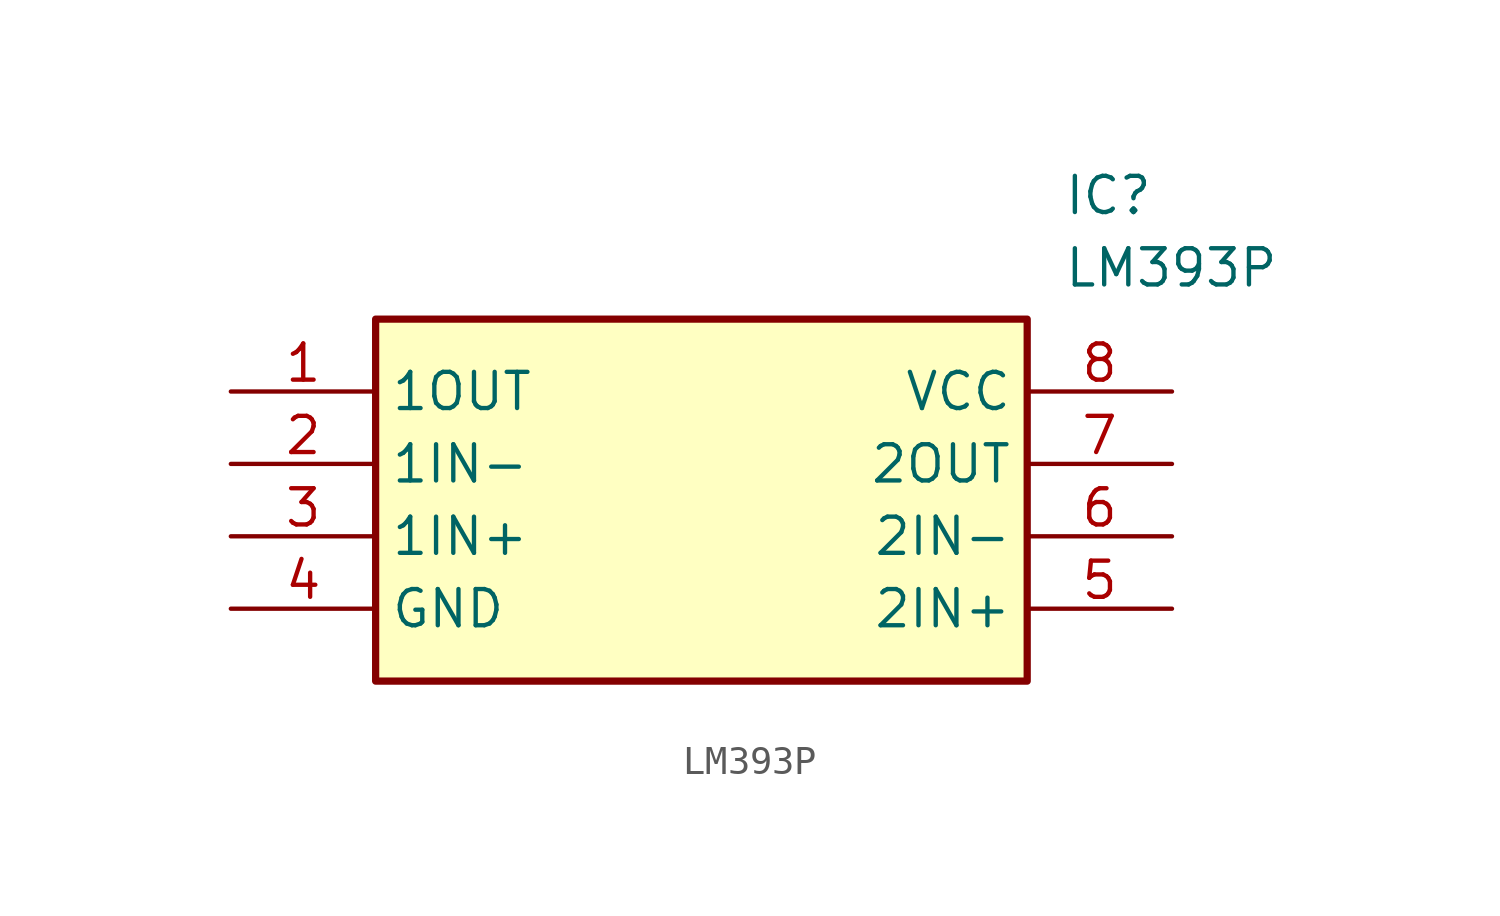
<source format=kicad_sym>
(kicad_symbol_lib
  (version 20211014)
  (generator SamacSys_ECAD_Model)
  (symbol "LM393P"
    (property "Reference" "IC"
      (at 29.21 7.62 0)
      (effects (font (size 1.27 1.27)) (justify left top)))
    (property "Value" "LM393P"
      (at 29.21 5.08 0)
      (effects (font (size 1.27 1.27)) (justify left top)))
    (rectangle
      (start 5.08 2.54)
      (end 27.94 -10.16)
      (stroke (width 0.254) (type default))
      (fill (type background)))
    (pin passive line
      (at 0 0 0)
      (length 5.08)
      (name "1OUT" (effects (font (size 1.27 1.27))))
      (number "1" (effects (font (size 1.27 1.27)))))
    (pin passive line
      (at 0 -2.54 0)
      (length 5.08)
      (name "1IN-" (effects (font (size 1.27 1.27))))
      (number "2" (effects (font (size 1.27 1.27)))))
    (pin passive line
      (at 0 -5.08 0)
      (length 5.08)
      (name "1IN+" (effects (font (size 1.27 1.27))))
      (number "3" (effects (font (size 1.27 1.27)))))
    (pin passive line
      (at 0 -7.62 0)
      (length 5.08)
      (name "GND" (effects (font (size 1.27 1.27))))
      (number "4" (effects (font (size 1.27 1.27)))))
    (pin passive line
      (at 33.02 0 180)
      (length 5.08)
      (name "VCC" (effects (font (size 1.27 1.27))))
      (number "8" (effects (font (size 1.27 1.27)))))
    (pin passive line
      (at 33.02 -2.54 180)
      (length 5.08)
      (name "2OUT" (effects (font (size 1.27 1.27))))
      (number "7" (effects (font (size 1.27 1.27)))))
    (pin passive line
      (at 33.02 -5.08 180)
      (length 5.08)
      (name "2IN-" (effects (font (size 1.27 1.27))))
      (number "6" (effects (font (size 1.27 1.27)))))
    (pin passive line
      (at 33.02 -7.62 180)
      (length 5.08)
      (name "2IN+" (effects (font (size 1.27 1.27))))
      (number "5" (effects (font (size 1.27 1.27)))))))
</source>
